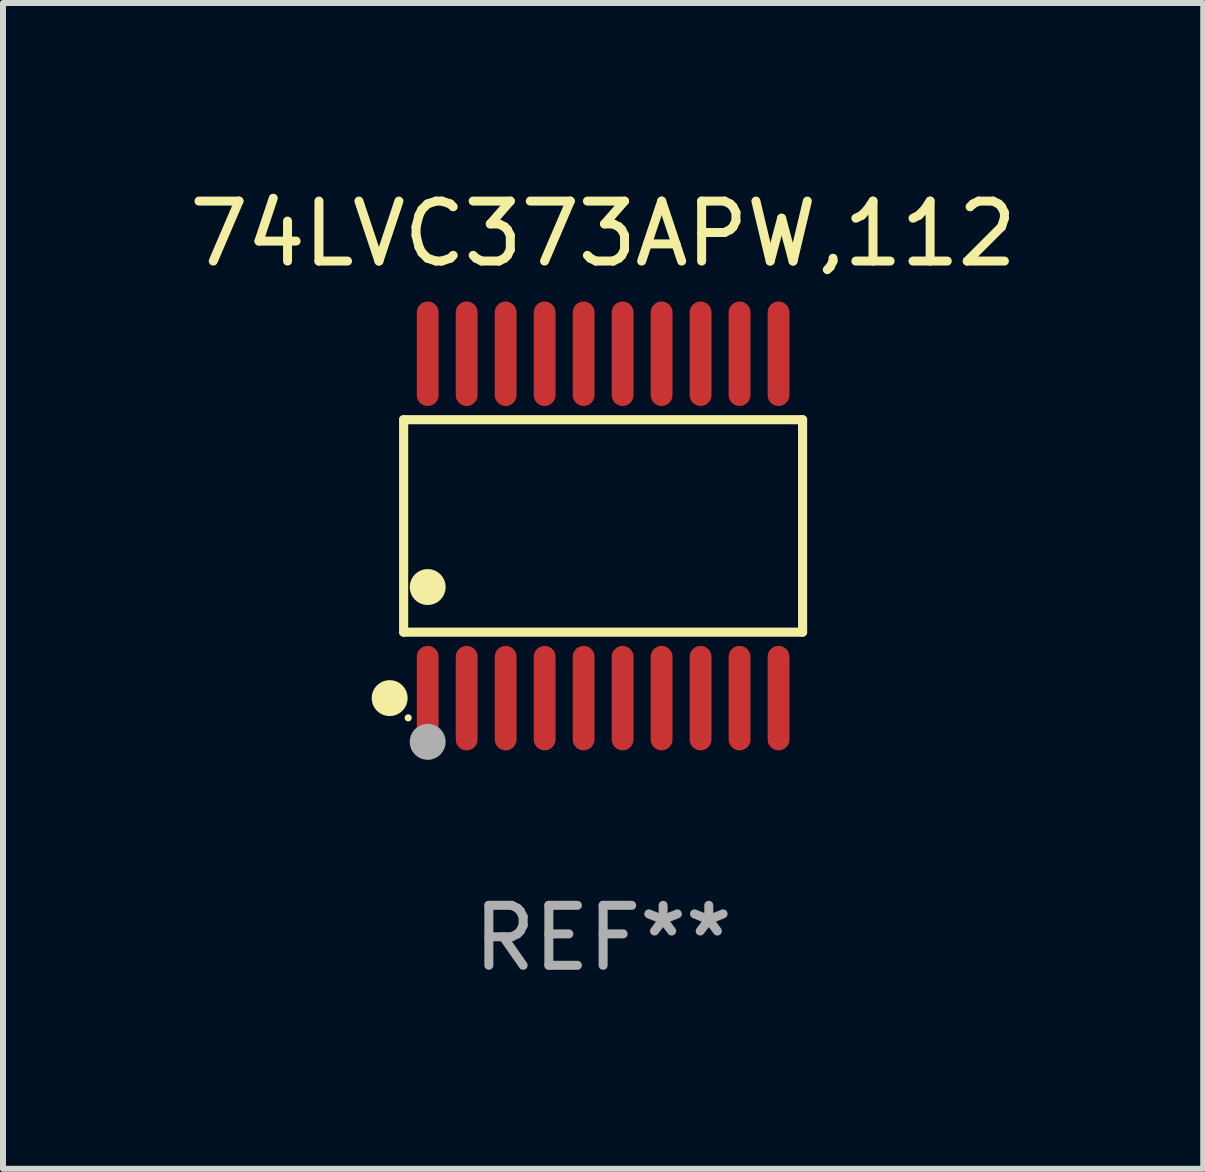
<source format=kicad_pcb>
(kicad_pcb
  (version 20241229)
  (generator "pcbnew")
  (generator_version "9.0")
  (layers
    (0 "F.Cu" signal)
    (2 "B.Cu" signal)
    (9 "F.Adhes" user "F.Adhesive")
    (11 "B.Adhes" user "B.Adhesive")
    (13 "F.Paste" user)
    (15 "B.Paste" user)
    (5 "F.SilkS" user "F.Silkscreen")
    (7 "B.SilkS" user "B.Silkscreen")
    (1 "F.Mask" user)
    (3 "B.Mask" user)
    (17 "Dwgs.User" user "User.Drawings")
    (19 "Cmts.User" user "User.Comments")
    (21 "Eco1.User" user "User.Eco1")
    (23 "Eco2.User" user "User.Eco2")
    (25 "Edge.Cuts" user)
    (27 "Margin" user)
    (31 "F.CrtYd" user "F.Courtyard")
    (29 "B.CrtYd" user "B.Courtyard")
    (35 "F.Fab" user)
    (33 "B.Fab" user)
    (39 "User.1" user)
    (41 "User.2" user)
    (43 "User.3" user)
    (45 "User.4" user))
  (footprint "74LVC373APW,112"
    (layer "F.Cu")
    (at 7.006 5.719)
    (property "Reference" "74LVC373APW,112" (at 0 -4.871 0) (layer "F.SilkS") (effects (font (size 1 1) (thickness 0.15))))
    (attr through_hole)
    (fp_line (start -3.326 -1.771) (end 3.326 -1.771) (stroke (width 0.152) (type solid)) (layer "F.SilkS"))
    (fp_line (start -3.326 1.771) (end -3.326 -1.771) (stroke (width 0.152) (type solid)) (layer "F.SilkS"))
    (fp_line (start 3.326 -1.771) (end 3.326 1.771) (stroke (width 0.152) (type solid)) (layer "F.SilkS"))
    (fp_line (start 3.326 1.771) (end -3.326 1.771) (stroke (width 0.152) (type solid)) (layer "F.SilkS"))
    (fp_circle (center -3.559 2.871) (end -3.409 2.871) (stroke (width 0.3) (type solid)) (fill no) (layer "F.SilkS"))
    (fp_circle (center -3.25 3.2) (end -3.22 3.2) (stroke (width 0.06) (type solid)) (fill no) (layer "F.SilkS"))
    (fp_circle (center -2.925 1.019) (end -2.775 1.019) (stroke (width 0.3) (type solid)) (fill no) (layer "F.SilkS"))
    (fp_circle (center -2.925 3.6) (end -2.775 3.6) (stroke (width 0.3) (type solid)) (fill no) (layer "F.Fab"))
    (fp_text user "REF**" (at 0 6.871 0) (layer "F.Fab") (effects (font (size 1 1) (thickness 0.15))))
    (pad "1" smd oval (at -2.925 2.871) (size 0.364 1.742) (layers "F.Cu" "F.Mask" "F.Paste"))
    (pad "2" smd oval (at -2.275 2.871) (size 0.364 1.742) (layers "F.Cu" "F.Mask" "F.Paste"))
    (pad "3" smd oval (at -1.625 2.871) (size 0.364 1.742) (layers "F.Cu" "F.Mask" "F.Paste"))
    (pad "4" smd oval (at -0.975 2.871) (size 0.364 1.742) (layers "F.Cu" "F.Mask" "F.Paste"))
    (pad "5" smd oval (at -0.325 2.871) (size 0.364 1.742) (layers "F.Cu" "F.Mask" "F.Paste"))
    (pad "6" smd oval (at 0.325 2.871) (size 0.364 1.742) (layers "F.Cu" "F.Mask" "F.Paste"))
    (pad "7" smd oval (at 0.975 2.871) (size 0.364 1.742) (layers "F.Cu" "F.Mask" "F.Paste"))
    (pad "8" smd oval (at 1.625 2.871) (size 0.364 1.742) (layers "F.Cu" "F.Mask" "F.Paste"))
    (pad "9" smd oval (at 2.275 2.871) (size 0.364 1.742) (layers "F.Cu" "F.Mask" "F.Paste"))
    (pad "10" smd oval (at 2.925 2.871) (size 0.364 1.742) (layers "F.Cu" "F.Mask" "F.Paste"))
    (pad "11" smd oval (at 2.925 -2.871) (size 0.364 1.742) (layers "F.Cu" "F.Mask" "F.Paste"))
    (pad "12" smd oval (at 2.275 -2.871) (size 0.364 1.742) (layers "F.Cu" "F.Mask" "F.Paste"))
    (pad "13" smd oval (at 1.625 -2.871) (size 0.364 1.742) (layers "F.Cu" "F.Mask" "F.Paste"))
    (pad "14" smd oval (at 0.975 -2.871) (size 0.364 1.742) (layers "F.Cu" "F.Mask" "F.Paste"))
    (pad "15" smd oval (at 0.325 -2.871) (size 0.364 1.742) (layers "F.Cu" "F.Mask" "F.Paste"))
    (pad "16" smd oval (at -0.325 -2.871) (size 0.364 1.742) (layers "F.Cu" "F.Mask" "F.Paste"))
    (pad "17" smd oval (at -0.975 -2.871) (size 0.364 1.742) (layers "F.Cu" "F.Mask" "F.Paste"))
    (pad "18" smd oval (at -1.625 -2.871) (size 0.364 1.742) (layers "F.Cu" "F.Mask" "F.Paste"))
    (pad "19" smd oval (at -2.275 -2.871) (size 0.364 1.742) (layers "F.Cu" "F.Mask" "F.Paste"))
    (pad "20" smd oval (at -2.925 -2.871) (size 0.364 1.742) (layers "F.Cu" "F.Mask" "F.Paste")))
  (gr_rect
    (start -3 -3)
    (end 17.012 16.438)
    (stroke (width 0.1) (type default))
    (fill no)
    (layer "Edge.Cuts")))
</source>
